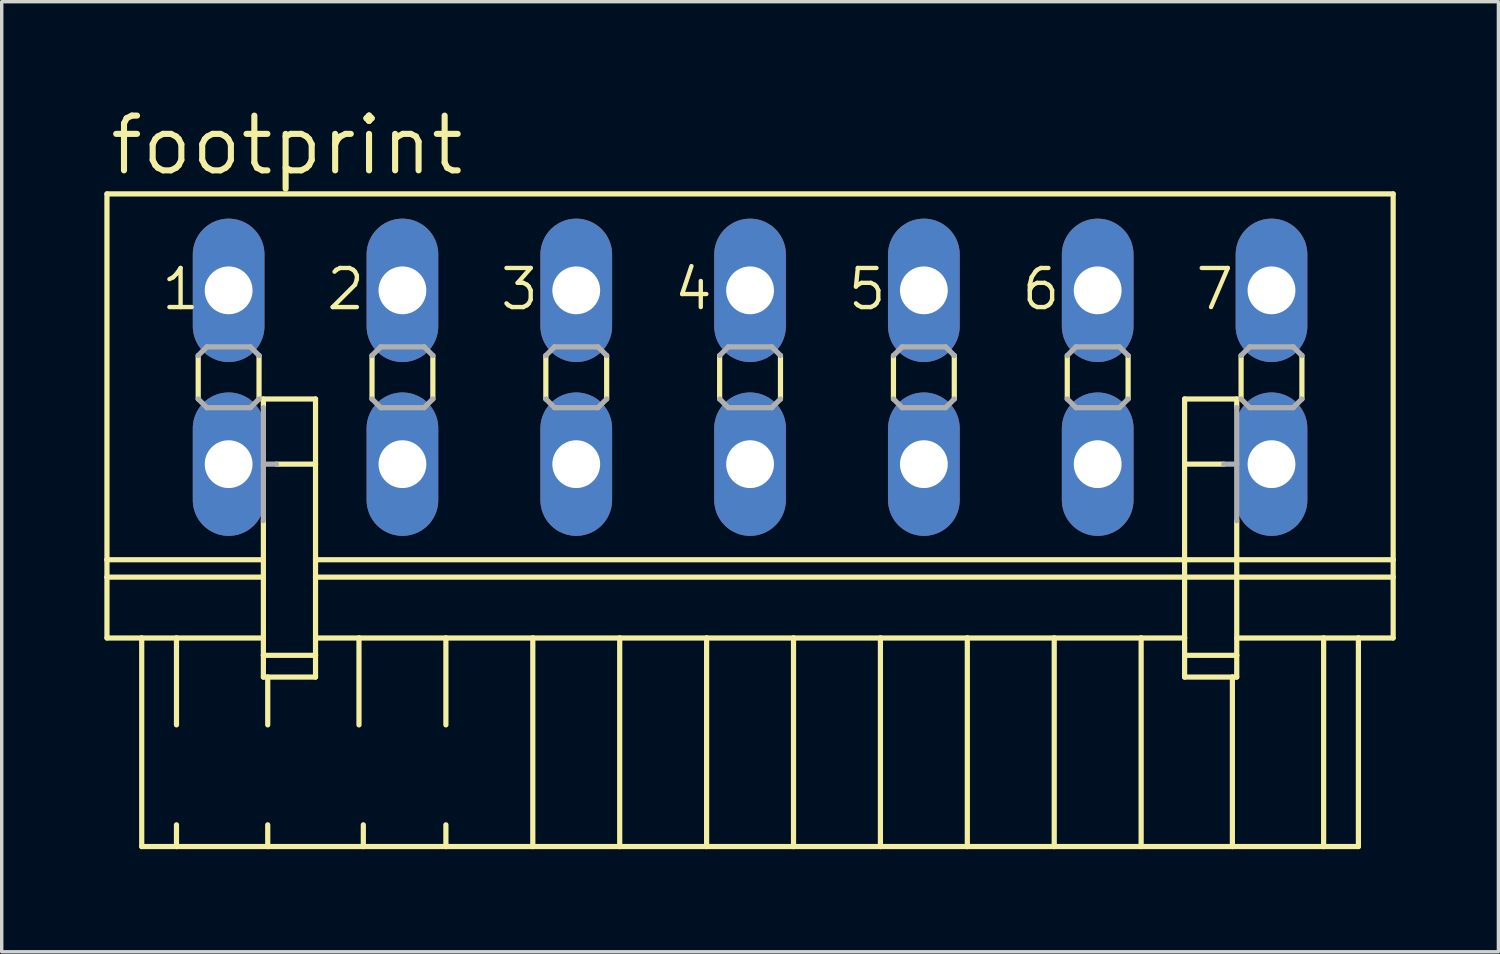
<source format=kicad_pcb>
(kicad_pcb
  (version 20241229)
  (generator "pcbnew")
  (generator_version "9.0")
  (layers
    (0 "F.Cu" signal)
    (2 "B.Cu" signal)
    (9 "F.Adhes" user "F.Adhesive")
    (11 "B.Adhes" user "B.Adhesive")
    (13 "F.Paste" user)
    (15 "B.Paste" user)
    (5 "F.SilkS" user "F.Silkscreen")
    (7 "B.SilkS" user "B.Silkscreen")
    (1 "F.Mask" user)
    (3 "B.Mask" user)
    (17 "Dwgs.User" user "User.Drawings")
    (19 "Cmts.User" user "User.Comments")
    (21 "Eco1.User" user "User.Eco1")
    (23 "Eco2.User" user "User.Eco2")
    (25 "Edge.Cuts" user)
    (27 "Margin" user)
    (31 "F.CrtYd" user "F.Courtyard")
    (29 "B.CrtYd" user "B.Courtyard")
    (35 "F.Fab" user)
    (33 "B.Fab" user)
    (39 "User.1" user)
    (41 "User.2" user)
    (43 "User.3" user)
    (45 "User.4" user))
  (footprint "footprint"
    (layer "F.Cu")
    (at 18.872 7.976)
    (property "Reference" "footprint" (at -18.796 -5.842 0) (layer "F.SilkS") (effects (font (size 1.6 1.6) (thickness 0.178)) (justify left bottom)))
    (fp_line (start -18.796 -5.359) (end -18.796 5.334) (stroke (width 0.152) (type solid)) (layer "F.SilkS"))
    (fp_line (start -18.796 -5.359) (end 18.796 -5.359) (stroke (width 0.152) (type solid)) (layer "F.SilkS"))
    (fp_line (start -18.796 5.334) (end -18.796 5.842) (stroke (width 0.152) (type solid)) (layer "F.SilkS"))
    (fp_line (start -18.796 5.334) (end -14.224 5.334) (stroke (width 0.152) (type solid)) (layer "F.SilkS"))
    (fp_line (start -18.796 5.842) (end -18.796 7.62) (stroke (width 0.152) (type solid)) (layer "F.SilkS"))
    (fp_line (start -18.796 5.842) (end -14.224 5.842) (stroke (width 0.152) (type solid)) (layer "F.SilkS"))
    (fp_line (start -18.796 7.62) (end -17.78 7.62) (stroke (width 0.152) (type solid)) (layer "F.SilkS"))
    (fp_line (start -17.78 7.62) (end -17.78 13.716) (stroke (width 0.152) (type solid)) (layer "F.SilkS"))
    (fp_line (start -17.78 7.62) (end -16.764 7.62) (stroke (width 0.152) (type solid)) (layer "F.SilkS"))
    (fp_line (start -17.78 13.716) (end -16.764 13.716) (stroke (width 0.152) (type solid)) (layer "F.SilkS"))
    (fp_line (start -16.764 7.62) (end -16.764 10.16) (stroke (width 0.152) (type solid)) (layer "F.SilkS"))
    (fp_line (start -16.764 7.62) (end -14.224 7.62) (stroke (width 0.152) (type solid)) (layer "F.SilkS"))
    (fp_line (start -16.764 13.081) (end -16.764 13.716) (stroke (width 0.152) (type solid)) (layer "F.SilkS"))
    (fp_line (start -16.764 13.716) (end -14.097 13.716) (stroke (width 0.152) (type solid)) (layer "F.SilkS"))
    (fp_line (start -16.129 -0.635) (end -16.129 0.635) (stroke (width 0.152) (type solid)) (layer "F.SilkS"))
    (fp_line (start -14.351 -0.635) (end -14.351 0.635) (stroke (width 0.152) (type solid)) (layer "F.SilkS"))
    (fp_line (start -14.224 0.635) (end -14.224 0.889) (stroke (width 0.152) (type solid)) (layer "F.SilkS"))
    (fp_line (start -14.224 0.635) (end -12.7 0.635) (stroke (width 0.152) (type solid)) (layer "F.SilkS"))
    (fp_line (start -14.224 4.191) (end -14.224 5.334) (stroke (width 0.152) (type solid)) (layer "F.SilkS"))
    (fp_line (start -14.224 5.842) (end -14.224 5.334) (stroke (width 0.152) (type solid)) (layer "F.SilkS"))
    (fp_line (start -14.224 7.62) (end -14.224 5.842) (stroke (width 0.152) (type solid)) (layer "F.SilkS"))
    (fp_line (start -14.224 8.128) (end -14.224 7.62) (stroke (width 0.152) (type solid)) (layer "F.SilkS"))
    (fp_line (start -14.224 8.128) (end -12.7 8.128) (stroke (width 0.152) (type solid)) (layer "F.SilkS"))
    (fp_line (start -14.224 8.763) (end -14.224 8.128) (stroke (width 0.152) (type solid)) (layer "F.SilkS"))
    (fp_line (start -14.097 8.763) (end -14.224 8.763) (stroke (width 0.152) (type solid)) (layer "F.SilkS"))
    (fp_line (start -14.097 8.763) (end -14.097 10.16) (stroke (width 0.152) (type solid)) (layer "F.SilkS"))
    (fp_line (start -14.097 13.081) (end -14.097 13.716) (stroke (width 0.152) (type solid)) (layer "F.SilkS"))
    (fp_line (start -14.097 13.716) (end -11.303 13.716) (stroke (width 0.152) (type solid)) (layer "F.SilkS"))
    (fp_line (start -12.7 0.635) (end -12.7 2.54) (stroke (width 0.152) (type solid)) (layer "F.SilkS"))
    (fp_line (start -12.7 2.54) (end -13.843 2.54) (stroke (width 0.152) (type solid)) (layer "F.SilkS"))
    (fp_line (start -12.7 2.54) (end -12.7 5.334) (stroke (width 0.152) (type solid)) (layer "F.SilkS"))
    (fp_line (start -12.7 5.334) (end -12.7 5.842) (stroke (width 0.152) (type solid)) (layer "F.SilkS"))
    (fp_line (start -12.7 5.334) (end 12.7 5.334) (stroke (width 0.152) (type solid)) (layer "F.SilkS"))
    (fp_line (start -12.7 5.842) (end -12.7 7.62) (stroke (width 0.152) (type solid)) (layer "F.SilkS"))
    (fp_line (start -12.7 5.842) (end 12.7 5.842) (stroke (width 0.152) (type solid)) (layer "F.SilkS"))
    (fp_line (start -12.7 7.62) (end -12.7 8.128) (stroke (width 0.152) (type solid)) (layer "F.SilkS"))
    (fp_line (start -12.7 7.62) (end -11.43 7.62) (stroke (width 0.152) (type solid)) (layer "F.SilkS"))
    (fp_line (start -12.7 8.128) (end -12.7 8.763) (stroke (width 0.152) (type solid)) (layer "F.SilkS"))
    (fp_line (start -12.7 8.763) (end -14.097 8.763) (stroke (width 0.152) (type solid)) (layer "F.SilkS"))
    (fp_line (start -11.43 7.62) (end -11.43 10.16) (stroke (width 0.152) (type solid)) (layer "F.SilkS"))
    (fp_line (start -11.43 7.62) (end -8.89 7.62) (stroke (width 0.152) (type solid)) (layer "F.SilkS"))
    (fp_line (start -11.303 13.081) (end -11.303 13.716) (stroke (width 0.152) (type solid)) (layer "F.SilkS"))
    (fp_line (start -11.303 13.716) (end -8.89 13.716) (stroke (width 0.152) (type solid)) (layer "F.SilkS"))
    (fp_line (start -11.049 -0.635) (end -11.049 0.635) (stroke (width 0.152) (type solid)) (layer "F.SilkS"))
    (fp_line (start -9.271 -0.635) (end -9.271 0.635) (stroke (width 0.152) (type solid)) (layer "F.SilkS"))
    (fp_line (start -8.89 7.62) (end -8.89 10.16) (stroke (width 0.152) (type solid)) (layer "F.SilkS"))
    (fp_line (start -8.89 7.62) (end -6.35 7.62) (stroke (width 0.152) (type solid)) (layer "F.SilkS"))
    (fp_line (start -8.89 13.081) (end -8.89 13.716) (stroke (width 0.152) (type solid)) (layer "F.SilkS"))
    (fp_line (start -8.89 13.716) (end -6.35 13.716) (stroke (width 0.152) (type solid)) (layer "F.SilkS"))
    (fp_line (start -6.35 7.62) (end -6.35 13.716) (stroke (width 0.152) (type solid)) (layer "F.SilkS"))
    (fp_line (start -6.35 7.62) (end -3.81 7.62) (stroke (width 0.152) (type solid)) (layer "F.SilkS"))
    (fp_line (start -6.35 13.716) (end -3.81 13.716) (stroke (width 0.152) (type solid)) (layer "F.SilkS"))
    (fp_line (start -5.969 -0.635) (end -5.969 0.635) (stroke (width 0.152) (type solid)) (layer "F.SilkS"))
    (fp_line (start -4.191 -0.635) (end -4.191 0.635) (stroke (width 0.152) (type solid)) (layer "F.SilkS"))
    (fp_line (start -3.81 7.62) (end -3.81 13.716) (stroke (width 0.152) (type solid)) (layer "F.SilkS"))
    (fp_line (start -3.81 7.62) (end -1.27 7.62) (stroke (width 0.152) (type solid)) (layer "F.SilkS"))
    (fp_line (start -3.81 13.716) (end -1.27 13.716) (stroke (width 0.152) (type solid)) (layer "F.SilkS"))
    (fp_line (start -1.27 7.62) (end -1.27 13.716) (stroke (width 0.152) (type solid)) (layer "F.SilkS"))
    (fp_line (start -1.27 7.62) (end 1.27 7.62) (stroke (width 0.152) (type solid)) (layer "F.SilkS"))
    (fp_line (start -1.27 13.716) (end 1.27 13.716) (stroke (width 0.152) (type solid)) (layer "F.SilkS"))
    (fp_line (start -0.889 -0.635) (end -0.889 0.635) (stroke (width 0.152) (type solid)) (layer "F.SilkS"))
    (fp_line (start 0.889 -0.635) (end 0.889 0.635) (stroke (width 0.152) (type solid)) (layer "F.SilkS"))
    (fp_line (start 1.27 7.62) (end 1.27 13.716) (stroke (width 0.152) (type solid)) (layer "F.SilkS"))
    (fp_line (start 1.27 7.62) (end 3.81 7.62) (stroke (width 0.152) (type solid)) (layer "F.SilkS"))
    (fp_line (start 1.27 13.716) (end 3.81 13.716) (stroke (width 0.152) (type solid)) (layer "F.SilkS"))
    (fp_line (start 3.81 7.62) (end 3.81 13.716) (stroke (width 0.152) (type solid)) (layer "F.SilkS"))
    (fp_line (start 3.81 7.62) (end 6.35 7.62) (stroke (width 0.152) (type solid)) (layer "F.SilkS"))
    (fp_line (start 3.81 13.716) (end 6.35 13.716) (stroke (width 0.152) (type solid)) (layer "F.SilkS"))
    (fp_line (start 4.191 -0.635) (end 4.191 0.635) (stroke (width 0.152) (type solid)) (layer "F.SilkS"))
    (fp_line (start 5.969 -0.635) (end 5.969 0.635) (stroke (width 0.152) (type solid)) (layer "F.SilkS"))
    (fp_line (start 6.35 7.62) (end 6.35 13.716) (stroke (width 0.152) (type solid)) (layer "F.SilkS"))
    (fp_line (start 6.35 7.62) (end 8.89 7.62) (stroke (width 0.152) (type solid)) (layer "F.SilkS"))
    (fp_line (start 6.35 13.716) (end 8.89 13.716) (stroke (width 0.152) (type solid)) (layer "F.SilkS"))
    (fp_line (start 8.89 7.62) (end 8.89 13.716) (stroke (width 0.152) (type solid)) (layer "F.SilkS"))
    (fp_line (start 8.89 7.62) (end 11.43 7.62) (stroke (width 0.152) (type solid)) (layer "F.SilkS"))
    (fp_line (start 8.89 13.716) (end 11.43 13.716) (stroke (width 0.152) (type solid)) (layer "F.SilkS"))
    (fp_line (start 9.271 -0.635) (end 9.271 0.635) (stroke (width 0.152) (type solid)) (layer "F.SilkS"))
    (fp_line (start 11.049 -0.635) (end 11.049 0.635) (stroke (width 0.152) (type solid)) (layer "F.SilkS"))
    (fp_line (start 11.43 7.62) (end 11.43 13.716) (stroke (width 0.152) (type solid)) (layer "F.SilkS"))
    (fp_line (start 11.43 7.62) (end 12.7 7.62) (stroke (width 0.152) (type solid)) (layer "F.SilkS"))
    (fp_line (start 11.43 13.716) (end 14.097 13.716) (stroke (width 0.152) (type solid)) (layer "F.SilkS"))
    (fp_line (start 12.7 0.635) (end 12.7 2.54) (stroke (width 0.152) (type solid)) (layer "F.SilkS"))
    (fp_line (start 12.7 2.54) (end 12.7 5.334) (stroke (width 0.152) (type solid)) (layer "F.SilkS"))
    (fp_line (start 12.7 2.54) (end 13.843 2.54) (stroke (width 0.152) (type solid)) (layer "F.SilkS"))
    (fp_line (start 12.7 5.334) (end 12.7 5.842) (stroke (width 0.152) (type solid)) (layer "F.SilkS"))
    (fp_line (start 12.7 5.334) (end 14.224 5.334) (stroke (width 0.152) (type solid)) (layer "F.SilkS"))
    (fp_line (start 12.7 5.842) (end 12.7 7.62) (stroke (width 0.152) (type solid)) (layer "F.SilkS"))
    (fp_line (start 12.7 5.842) (end 14.224 5.842) (stroke (width 0.152) (type solid)) (layer "F.SilkS"))
    (fp_line (start 12.7 7.62) (end 12.7 8.128) (stroke (width 0.152) (type solid)) (layer "F.SilkS"))
    (fp_line (start 12.7 8.128) (end 12.7 8.763) (stroke (width 0.152) (type solid)) (layer "F.SilkS"))
    (fp_line (start 12.7 8.128) (end 14.224 8.128) (stroke (width 0.152) (type solid)) (layer "F.SilkS"))
    (fp_line (start 14.097 8.763) (end 12.7 8.763) (stroke (width 0.152) (type solid)) (layer "F.SilkS"))
    (fp_line (start 14.097 8.763) (end 14.097 13.716) (stroke (width 0.152) (type solid)) (layer "F.SilkS"))
    (fp_line (start 14.097 13.716) (end 16.764 13.716) (stroke (width 0.152) (type solid)) (layer "F.SilkS"))
    (fp_line (start 14.224 0.635) (end 12.7 0.635) (stroke (width 0.152) (type solid)) (layer "F.SilkS"))
    (fp_line (start 14.224 0.889) (end 14.224 0.635) (stroke (width 0.152) (type solid)) (layer "F.SilkS"))
    (fp_line (start 14.224 4.191) (end 14.224 5.334) (stroke (width 0.152) (type solid)) (layer "F.SilkS"))
    (fp_line (start 14.224 5.334) (end 18.796 5.334) (stroke (width 0.152) (type solid)) (layer "F.SilkS"))
    (fp_line (start 14.224 5.842) (end 14.224 5.334) (stroke (width 0.152) (type solid)) (layer "F.SilkS"))
    (fp_line (start 14.224 5.842) (end 18.796 5.842) (stroke (width 0.152) (type solid)) (layer "F.SilkS"))
    (fp_line (start 14.224 7.62) (end 14.224 5.842) (stroke (width 0.152) (type solid)) (layer "F.SilkS"))
    (fp_line (start 14.224 7.62) (end 16.764 7.62) (stroke (width 0.152) (type solid)) (layer "F.SilkS"))
    (fp_line (start 14.224 8.128) (end 14.224 7.62) (stroke (width 0.152) (type solid)) (layer "F.SilkS"))
    (fp_line (start 14.224 8.763) (end 14.097 8.763) (stroke (width 0.152) (type solid)) (layer "F.SilkS"))
    (fp_line (start 14.224 8.763) (end 14.224 8.128) (stroke (width 0.152) (type solid)) (layer "F.SilkS"))
    (fp_line (start 14.351 -0.635) (end 14.351 0.635) (stroke (width 0.152) (type solid)) (layer "F.SilkS"))
    (fp_line (start 16.129 -0.635) (end 16.129 0.635) (stroke (width 0.152) (type solid)) (layer "F.SilkS"))
    (fp_line (start 16.764 7.62) (end 16.764 13.716) (stroke (width 0.152) (type solid)) (layer "F.SilkS"))
    (fp_line (start 16.764 7.62) (end 17.78 7.62) (stroke (width 0.152) (type solid)) (layer "F.SilkS"))
    (fp_line (start 16.764 13.716) (end 17.78 13.716) (stroke (width 0.152) (type solid)) (layer "F.SilkS"))
    (fp_line (start 17.78 7.62) (end 17.78 13.716) (stroke (width 0.152) (type solid)) (layer "F.SilkS"))
    (fp_line (start 17.78 7.62) (end 18.796 7.62) (stroke (width 0.152) (type solid)) (layer "F.SilkS"))
    (fp_line (start 18.796 -5.359) (end 18.796 5.334) (stroke (width 0.152) (type solid)) (layer "F.SilkS"))
    (fp_line (start 18.796 5.334) (end 18.796 5.842) (stroke (width 0.152) (type solid)) (layer "F.SilkS"))
    (fp_line (start 18.796 5.842) (end 18.796 7.62) (stroke (width 0.152) (type solid)) (layer "F.SilkS"))
    (fp_line (start -16.129 -0.635) (end -15.875 -0.889) (stroke (width 0.152) (type solid)) (layer "F.Fab"))
    (fp_line (start -15.875 -0.889) (end -14.605 -0.889) (stroke (width 0.152) (type solid)) (layer "F.Fab"))
    (fp_line (start -15.875 0.889) (end -16.129 0.635) (stroke (width 0.152) (type solid)) (layer "F.Fab"))
    (fp_line (start -14.605 -0.889) (end -14.351 -0.635) (stroke (width 0.152) (type solid)) (layer "F.Fab"))
    (fp_line (start -14.605 0.889) (end -15.875 0.889) (stroke (width 0.152) (type solid)) (layer "F.Fab"))
    (fp_line (start -14.351 0.635) (end -14.605 0.889) (stroke (width 0.152) (type solid)) (layer "F.Fab"))
    (fp_line (start -14.224 2.54) (end -14.224 0.889) (stroke (width 0.152) (type solid)) (layer "F.Fab"))
    (fp_line (start -14.224 2.54) (end -13.843 2.54) (stroke (width 0.152) (type solid)) (layer "F.Fab"))
    (fp_line (start -14.224 4.191) (end -14.224 2.54) (stroke (width 0.152) (type solid)) (layer "F.Fab"))
    (fp_line (start -11.049 -0.635) (end -10.795 -0.889) (stroke (width 0.152) (type solid)) (layer "F.Fab"))
    (fp_line (start -10.795 -0.889) (end -9.525 -0.889) (stroke (width 0.152) (type solid)) (layer "F.Fab"))
    (fp_line (start -10.795 0.889) (end -11.049 0.635) (stroke (width 0.152) (type solid)) (layer "F.Fab"))
    (fp_line (start -9.525 -0.889) (end -9.271 -0.635) (stroke (width 0.152) (type solid)) (layer "F.Fab"))
    (fp_line (start -9.525 0.889) (end -10.795 0.889) (stroke (width 0.152) (type solid)) (layer "F.Fab"))
    (fp_line (start -9.271 0.635) (end -9.525 0.889) (stroke (width 0.152) (type solid)) (layer "F.Fab"))
    (fp_line (start -5.969 -0.635) (end -5.715 -0.889) (stroke (width 0.152) (type solid)) (layer "F.Fab"))
    (fp_line (start -5.715 -0.889) (end -4.445 -0.889) (stroke (width 0.152) (type solid)) (layer "F.Fab"))
    (fp_line (start -5.715 0.889) (end -5.969 0.635) (stroke (width 0.152) (type solid)) (layer "F.Fab"))
    (fp_line (start -4.445 -0.889) (end -4.191 -0.635) (stroke (width 0.152) (type solid)) (layer "F.Fab"))
    (fp_line (start -4.445 0.889) (end -5.715 0.889) (stroke (width 0.152) (type solid)) (layer "F.Fab"))
    (fp_line (start -4.191 0.635) (end -4.445 0.889) (stroke (width 0.152) (type solid)) (layer "F.Fab"))
    (fp_line (start -0.889 -0.635) (end -0.635 -0.889) (stroke (width 0.152) (type solid)) (layer "F.Fab"))
    (fp_line (start -0.635 -0.889) (end 0.635 -0.889) (stroke (width 0.152) (type solid)) (layer "F.Fab"))
    (fp_line (start -0.635 0.889) (end -0.889 0.635) (stroke (width 0.152) (type solid)) (layer "F.Fab"))
    (fp_line (start 0.635 -0.889) (end 0.889 -0.635) (stroke (width 0.152) (type solid)) (layer "F.Fab"))
    (fp_line (start 0.635 0.889) (end -0.635 0.889) (stroke (width 0.152) (type solid)) (layer "F.Fab"))
    (fp_line (start 0.889 0.635) (end 0.635 0.889) (stroke (width 0.152) (type solid)) (layer "F.Fab"))
    (fp_line (start 4.191 -0.635) (end 4.445 -0.889) (stroke (width 0.152) (type solid)) (layer "F.Fab"))
    (fp_line (start 4.445 -0.889) (end 5.715 -0.889) (stroke (width 0.152) (type solid)) (layer "F.Fab"))
    (fp_line (start 4.445 0.889) (end 4.191 0.635) (stroke (width 0.152) (type solid)) (layer "F.Fab"))
    (fp_line (start 5.715 -0.889) (end 5.969 -0.635) (stroke (width 0.152) (type solid)) (layer "F.Fab"))
    (fp_line (start 5.715 0.889) (end 4.445 0.889) (stroke (width 0.152) (type solid)) (layer "F.Fab"))
    (fp_line (start 5.969 0.635) (end 5.715 0.889) (stroke (width 0.152) (type solid)) (layer "F.Fab"))
    (fp_line (start 9.271 -0.635) (end 9.525 -0.889) (stroke (width 0.152) (type solid)) (layer "F.Fab"))
    (fp_line (start 9.525 -0.889) (end 10.795 -0.889) (stroke (width 0.152) (type solid)) (layer "F.Fab"))
    (fp_line (start 9.525 0.889) (end 9.271 0.635) (stroke (width 0.152) (type solid)) (layer "F.Fab"))
    (fp_line (start 10.795 -0.889) (end 11.049 -0.635) (stroke (width 0.152) (type solid)) (layer "F.Fab"))
    (fp_line (start 10.795 0.889) (end 9.525 0.889) (stroke (width 0.152) (type solid)) (layer "F.Fab"))
    (fp_line (start 11.049 0.635) (end 10.795 0.889) (stroke (width 0.152) (type solid)) (layer "F.Fab"))
    (fp_line (start 13.843 2.54) (end 14.224 2.54) (stroke (width 0.152) (type solid)) (layer "F.Fab"))
    (fp_line (start 14.224 2.54) (end 14.224 0.889) (stroke (width 0.152) (type solid)) (layer "F.Fab"))
    (fp_line (start 14.224 4.191) (end 14.224 2.54) (stroke (width 0.152) (type solid)) (layer "F.Fab"))
    (fp_line (start 14.351 -0.635) (end 14.605 -0.889) (stroke (width 0.152) (type solid)) (layer "F.Fab"))
    (fp_line (start 14.605 -0.889) (end 15.875 -0.889) (stroke (width 0.152) (type solid)) (layer "F.Fab"))
    (fp_line (start 14.605 0.889) (end 14.351 0.635) (stroke (width 0.152) (type solid)) (layer "F.Fab"))
    (fp_line (start 15.875 -0.889) (end 16.129 -0.635) (stroke (width 0.152) (type solid)) (layer "F.Fab"))
    (fp_line (start 15.875 0.889) (end 14.605 0.889) (stroke (width 0.152) (type solid)) (layer "F.Fab"))
    (fp_line (start 16.129 0.635) (end 15.875 0.889) (stroke (width 0.152) (type solid)) (layer "F.Fab"))
    (fp_text user "2" (at -12.446 -1.905 0) (layer "F.SilkS") (effects (font (size 1.143 1.143) (thickness 0.127)) (justify left bottom)))
    (fp_text user "6" (at 7.874 -1.905 0) (layer "F.SilkS") (effects (font (size 1.143 1.143) (thickness 0.127)) (justify left bottom)))
    (fp_text user "3" (at -7.366 -1.905 0) (layer "F.SilkS") (effects (font (size 1.143 1.143) (thickness 0.127)) (justify left bottom)))
    (fp_text user "4" (at -2.286 -1.905 0) (layer "F.SilkS") (effects (font (size 1.143 1.143) (thickness 0.127)) (justify left bottom)))
    (fp_text user "1" (at -17.272 -1.905 0) (layer "F.SilkS") (effects (font (size 1.143 1.143) (thickness 0.127)) (justify left bottom)))
    (fp_text user "5" (at 2.794 -1.905 0) (layer "F.SilkS") (effects (font (size 1.143 1.143) (thickness 0.127)) (justify left bottom)))
    (fp_text user "7" (at 12.954 -1.905 0) (layer "F.SilkS") (effects (font (size 1.143 1.143) (thickness 0.127)) (justify left bottom)))
    (pad "1" thru_hole oval (at -15.24 -2.54 90) (size 4.191 2.095) (drill 1.397) (layers "*.Cu" "*.Mask"))
    (pad "1A" thru_hole oval (at -15.24 2.54 90) (size 4.191 2.095) (drill 1.397) (layers "*.Cu" "*.Mask"))
    (pad "2" thru_hole oval (at -10.16 -2.54 90) (size 4.191 2.095) (drill 1.397) (layers "*.Cu" "*.Mask"))
    (pad "2A" thru_hole oval (at -10.16 2.54 90) (size 4.191 2.095) (drill 1.397) (layers "*.Cu" "*.Mask"))
    (pad "3" thru_hole oval (at -5.08 -2.54 90) (size 4.191 2.095) (drill 1.397) (layers "*.Cu" "*.Mask"))
    (pad "3A" thru_hole oval (at -5.08 2.54 90) (size 4.191 2.095) (drill 1.397) (layers "*.Cu" "*.Mask"))
    (pad "4" thru_hole oval (at 0 -2.54 90) (size 4.191 2.095) (drill 1.397) (layers "*.Cu" "*.Mask"))
    (pad "4A" thru_hole oval (at 0 2.54 90) (size 4.191 2.095) (drill 1.397) (layers "*.Cu" "*.Mask"))
    (pad "5" thru_hole oval (at 5.08 -2.54 90) (size 4.191 2.095) (drill 1.397) (layers "*.Cu" "*.Mask"))
    (pad "5A" thru_hole oval (at 5.08 2.54 90) (size 4.191 2.095) (drill 1.397) (layers "*.Cu" "*.Mask"))
    (pad "6" thru_hole oval (at 10.16 -2.54 90) (size 4.191 2.095) (drill 1.397) (layers "*.Cu" "*.Mask"))
    (pad "6A" thru_hole oval (at 10.16 2.54 90) (size 4.191 2.095) (drill 1.397) (layers "*.Cu" "*.Mask"))
    (pad "7" thru_hole oval (at 15.24 -2.54 90) (size 4.191 2.095) (drill 1.397) (layers "*.Cu" "*.Mask"))
    (pad "7A" thru_hole oval (at 15.24 2.54 90) (size 4.191 2.095) (drill 1.397) (layers "*.Cu" "*.Mask")))
  (gr_rect
    (start -3 -3)
    (end 40.744 24.768)
    (stroke (width 0.1) (type default))
    (fill no)
    (layer "Edge.Cuts")))
</source>
